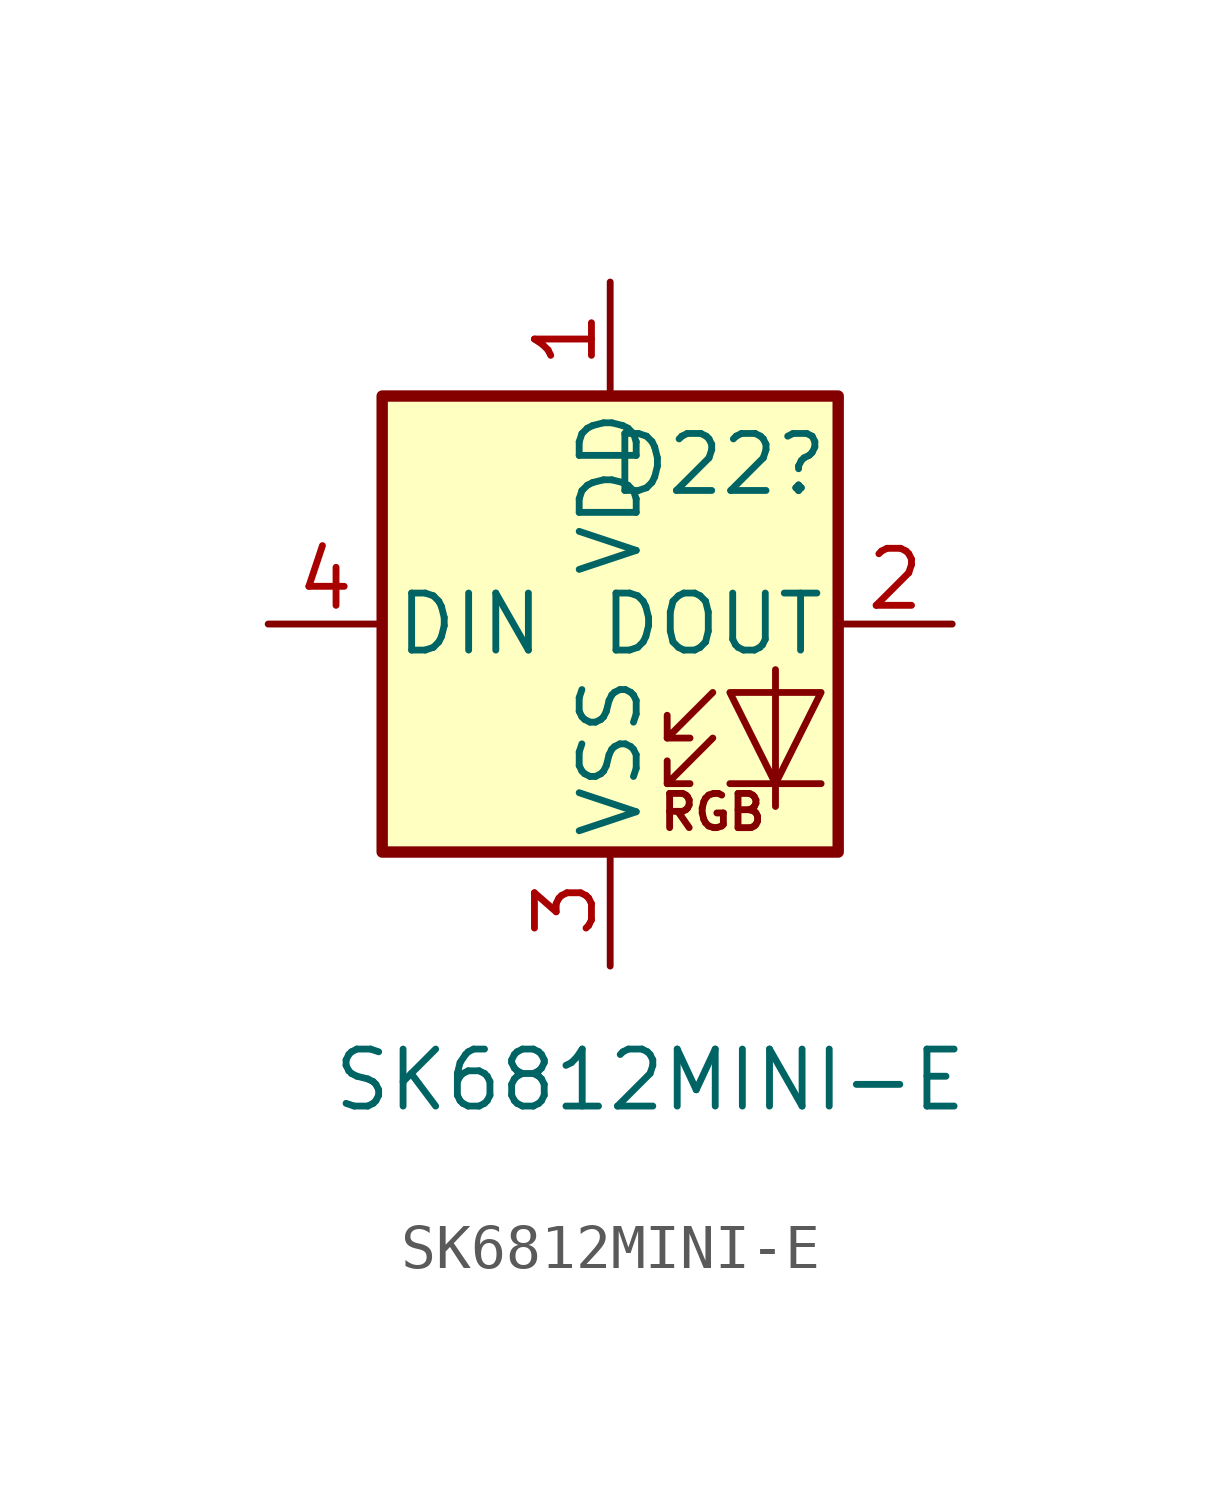
<source format=kicad_sym>
(kicad_symbol_lib
  (version 20220914)
  (generator kicad_symbol_editor)
  (symbol "SK6812MINI-E"
    (pin_names
      (offset 0.254))
    (property "Reference" "D22"
      (at 2.413 3.556 0)
      (effects (font (size 1.27 1.27))))
    (property "Value" "SK6812MINI-E"
      (at 0.889 -10.16 0)
      (effects (font (size 1.27 1.27))))
    (symbol "SK6812MINI-E_0_0"
      (text "RGB" (at 2.286 -4.191 0) (effects (font (size 0.762 0.762)))))
    (symbol "SK6812MINI-E_0_1"
      (rectangle (start -5.08 5.08) (end 5.08 -5.08) (stroke (width 0.254) (type default)) (fill (type background)))
      (polyline (pts (xy 1.27 -3.556) (xy 1.778 -3.556)) (stroke (width 0) (type default)) (fill (type none)))
      (polyline (pts (xy 1.27 -2.54) (xy 1.778 -2.54)) (stroke (width 0) (type default)) (fill (type none)))
      (polyline (pts (xy 4.699 -3.556) (xy 2.667 -3.556)) (stroke (width 0) (type default)) (fill (type none)))
      (polyline (pts (xy 2.286 -2.54) (xy 1.27 -3.556) (xy 1.27 -3.048)) (stroke (width 0) (type default)) (fill (type none)))
      (polyline (pts (xy 2.286 -1.524) (xy 1.27 -2.54) (xy 1.27 -2.032)) (stroke (width 0) (type default)) (fill (type none)))
      (polyline (pts (xy 3.683 -1.016) (xy 3.683 -3.556) (xy 3.683 -4.064)) (stroke (width 0) (type default)) (fill (type none)))
      (polyline (pts (xy 4.699 -1.524) (xy 2.667 -1.524) (xy 3.683 -3.556) (xy 4.699 -1.524)) (stroke (width 0) (type default)) (fill (type none))))
    (symbol "SK6812MINI-E_1_1"
      (pin power_in line (at 0 7.62 270) (length 2.54) (name "VDD" (effects (font (size 1.27 1.27)))) (number "1" (effects (font (size 1.27 1.27)))))
      (pin output line (at 7.62 0 180) (length 2.54) (name "DOUT" (effects (font (size 1.27 1.27)))) (number "2" (effects (font (size 1.27 1.27)))))
      (pin power_in line (at 0 -7.62 90) (length 2.54) (name "VSS" (effects (font (size 1.27 1.27)))) (number "3" (effects (font (size 1.27 1.27)))))
      (pin input line (at -7.62 0 0) (length 2.54) (name "DIN" (effects (font (size 1.27 1.27)))) (number "4" (effects (font (size 1.27 1.27))))))))
</source>
